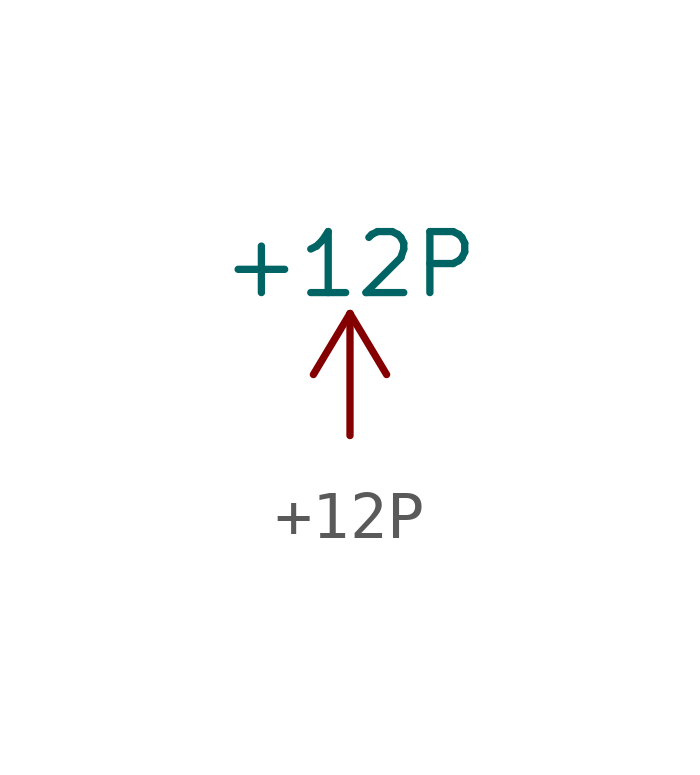
<source format=kicad_sym>
(kicad_symbol_lib
  (version 20231120)
  (generator "kicad_symbol_editor")
  (generator_version "8.0")
  (symbol "+12P"
    (power)
    (pin_numbers hide)
    (pin_names
      (offset 0) hide)
    (property "Reference" "#PWR"
      (at 0 -3.81 0)
      (effects (font (size 1.27 1.27)) (hide yes)))
    (property "Value" "+12P"
      (at 0 3.556 0)
      (effects (font (size 1.27 1.27))))
    (symbol "+12P_0_1"
      (polyline (pts (xy -0.762 1.27) (xy 0 2.54)) (stroke (width 0) (type default)) (fill (type none)))
      (polyline (pts (xy 0 0) (xy 0 2.54)) (stroke (width 0) (type default)) (fill (type none)))
      (polyline (pts (xy 0 2.54) (xy 0.762 1.27)) (stroke (width 0) (type default)) (fill (type none))))
    (symbol "+12P_1_1"
      (pin power_in line (at 0 0 90) (length 0) hide (name "+12P" (effects (font (size 1.27 1.27)))) (number "1" (effects (font (size 1.27 1.27))))))))
</source>
